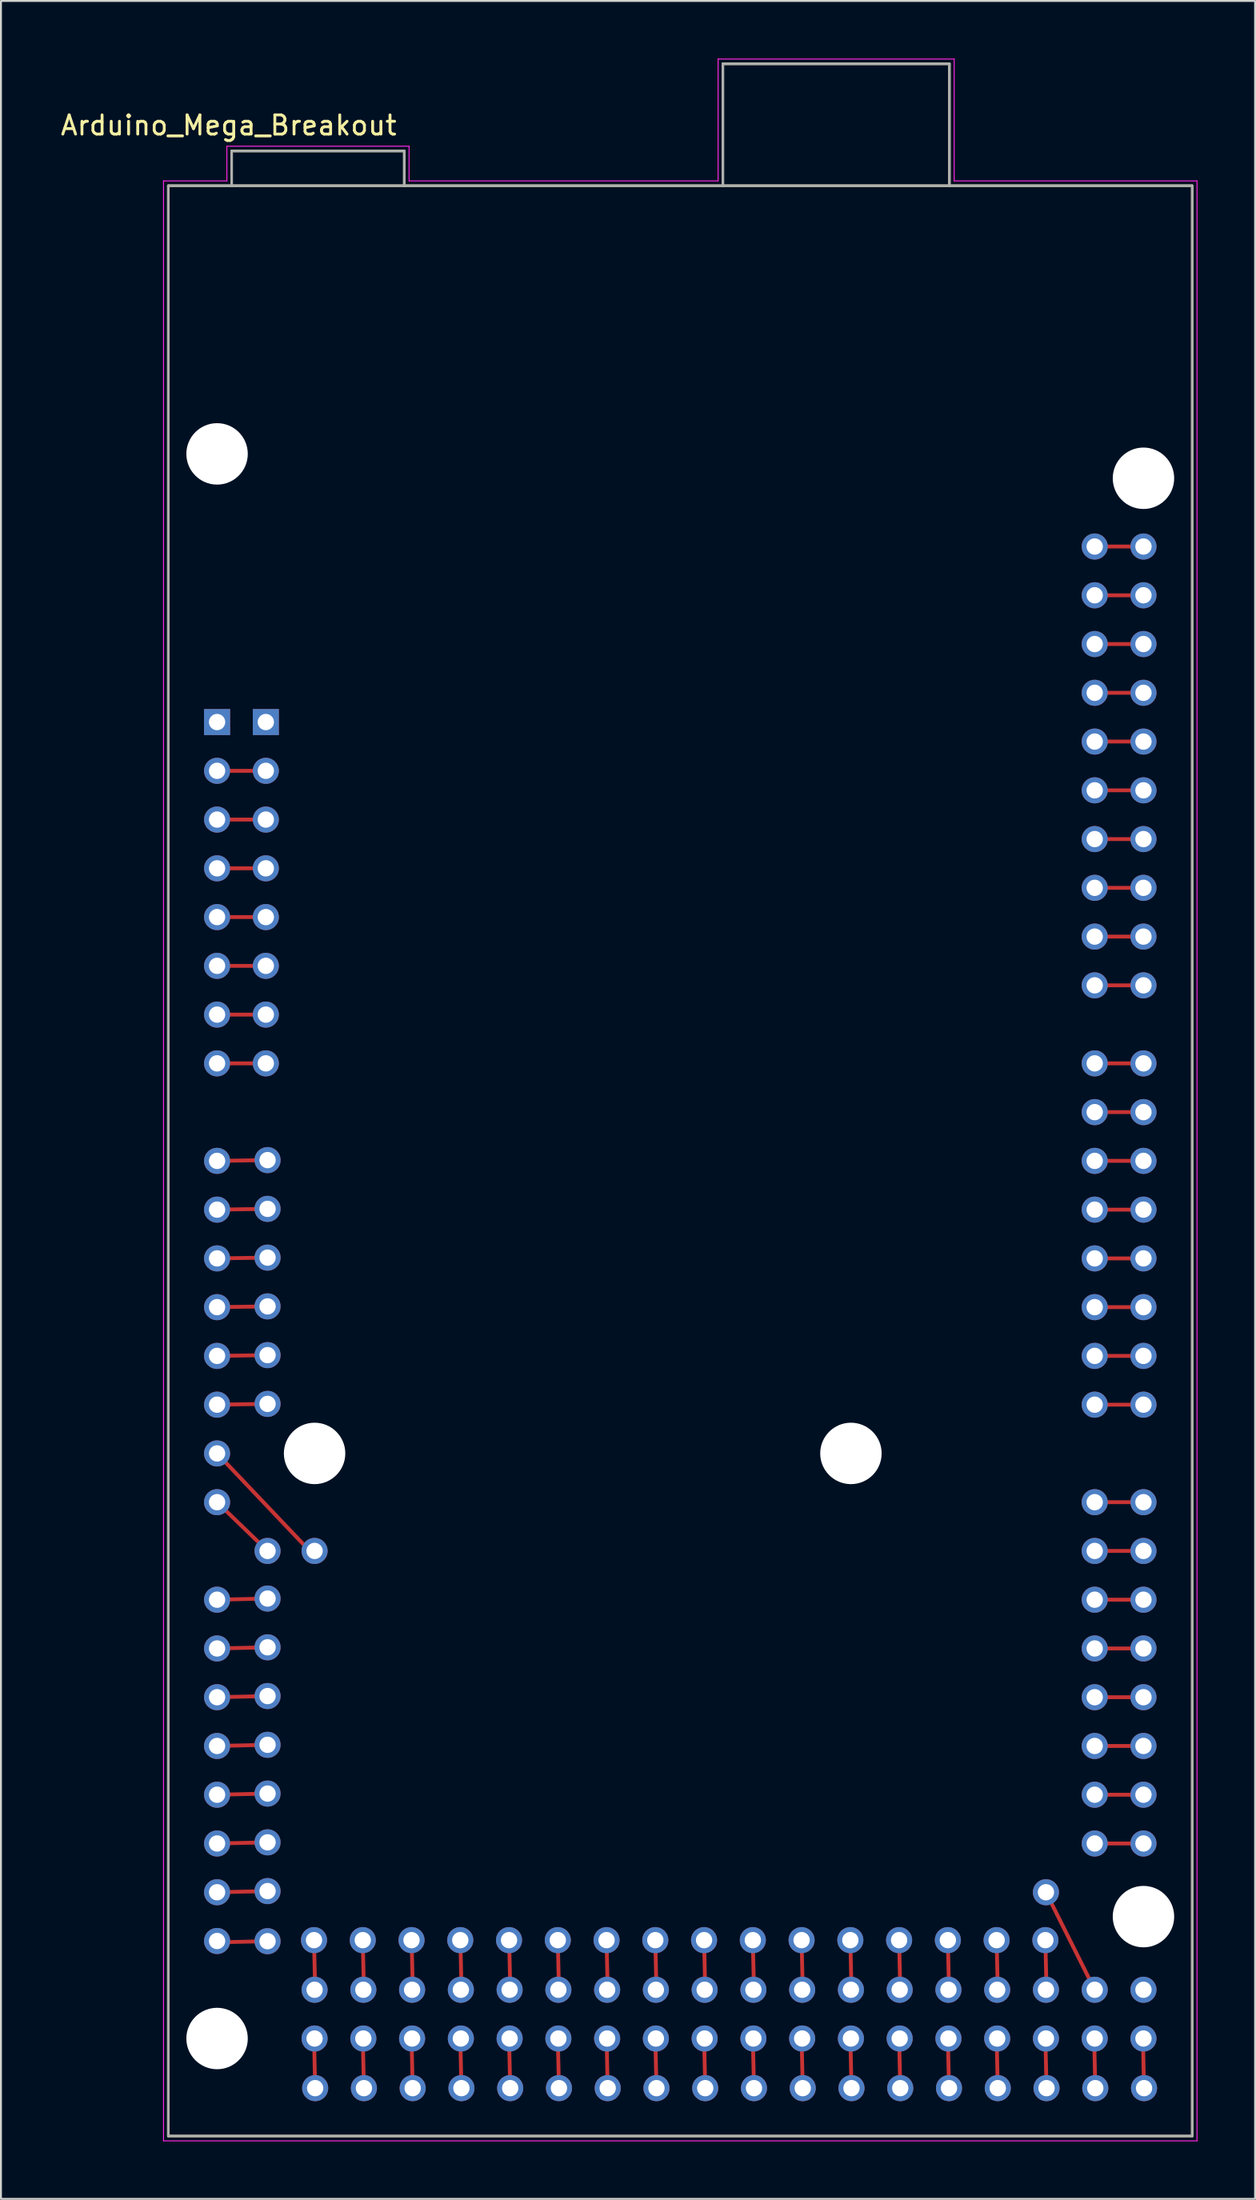
<source format=kicad_pcb>
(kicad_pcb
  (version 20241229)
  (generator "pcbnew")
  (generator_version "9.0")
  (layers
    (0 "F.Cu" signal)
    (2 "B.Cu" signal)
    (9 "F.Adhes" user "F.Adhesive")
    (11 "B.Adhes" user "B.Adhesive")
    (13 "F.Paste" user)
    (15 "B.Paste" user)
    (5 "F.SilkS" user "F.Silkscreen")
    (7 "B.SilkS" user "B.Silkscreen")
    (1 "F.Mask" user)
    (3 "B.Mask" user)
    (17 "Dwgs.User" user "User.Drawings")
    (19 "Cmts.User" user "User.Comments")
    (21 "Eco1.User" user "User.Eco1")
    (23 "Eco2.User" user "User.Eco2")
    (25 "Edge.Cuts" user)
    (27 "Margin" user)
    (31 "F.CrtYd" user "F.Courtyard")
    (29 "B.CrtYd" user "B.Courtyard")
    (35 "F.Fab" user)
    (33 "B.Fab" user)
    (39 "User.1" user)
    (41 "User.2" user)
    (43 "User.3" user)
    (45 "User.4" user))
  (footprint "Arduino_Mega_Breakout"
    (layer "F.Cu")
    (at 32.388 57.425)
    (property "Reference" "Arduino_Mega_Breakout" (at -23.525 -53.945 0) (layer "F.SilkS") (effects (font (size 1 1) (thickness 0.15))))
    (attr through_hole)
    (fp_line (start -24.13 -20.32) (end -21.59 -20.32) (stroke (width 0.2) (type default)) (layer "F.Cu"))
    (fp_line (start -24.13 -15.24) (end -24 -15.25) (stroke (width 0.2) (type default)) (layer "F.Cu"))
    (fp_line (start -24.13 -15.24) (end -23.75 -15) (stroke (width 0.2) (type default)) (layer "F.Cu"))
    (fp_line (start -24.13 15.24) (end -19.304 20.32) (stroke (width 0.2) (type default)) (layer "F.Cu"))
    (fp_line (start -24 -15.25) (end -24.13 -15.24) (stroke (width 0.2) (type default)) (layer "F.Cu"))
    (fp_line (start -21.59 -17.78) (end -24.13 -17.78) (stroke (width 0.2) (type default)) (layer "F.Cu"))
    (fp_line (start -21.59 -15.24) (end -24.13 -15.24) (stroke (width 0.2) (type default)) (layer "F.Cu"))
    (fp_line (start -21.59 -12.7) (end -24.13 -12.7) (stroke (width 0.2) (type default)) (layer "F.Cu"))
    (fp_line (start -21.59 -10.16) (end -24.13 -10.16) (stroke (width 0.2) (type default)) (layer "F.Cu"))
    (fp_line (start -21.59 -7.62) (end -24.13 -7.62) (stroke (width 0.2) (type default)) (layer "F.Cu"))
    (fp_line (start -21.59 -5.08) (end -24.13 -5.08) (stroke (width 0.2) (type default)) (layer "F.Cu"))
    (fp_line (start -21.5 -0.04) (end -24.13 0) (stroke (width 0.2) (type default)) (layer "F.Cu"))
    (fp_line (start -21.5 2.5) (end -24.13 2.54) (stroke (width 0.2) (type default)) (layer "F.Cu"))
    (fp_line (start -21.5 5.04) (end -24.13 5.08) (stroke (width 0.2) (type default)) (layer "F.Cu"))
    (fp_line (start -21.5 7.58) (end -24.13 7.62) (stroke (width 0.2) (type default)) (layer "F.Cu"))
    (fp_line (start -21.5 10.12) (end -24.13 10.16) (stroke (width 0.2) (type default)) (layer "F.Cu"))
    (fp_line (start -21.5 12.66) (end -24.13 12.7) (stroke (width 0.2) (type default)) (layer "F.Cu"))
    (fp_line (start -21.5 20.32) (end -24.13 17.78) (stroke (width 0.2) (type default)) (layer "F.Cu"))
    (fp_line (start -21.5 22.8) (end -24.13 22.86) (stroke (width 0.2) (type default)) (layer "F.Cu"))
    (fp_line (start -21.5 25.34) (end -24.13 25.4) (stroke (width 0.2) (type default)) (layer "F.Cu"))
    (fp_line (start -21.5 27.88) (end -24.13 27.94) (stroke (width 0.2) (type default)) (layer "F.Cu"))
    (fp_line (start -21.5 30.42) (end -24.13 30.48) (stroke (width 0.2) (type default)) (layer "F.Cu"))
    (fp_line (start -21.5 32.96) (end -24.13 33.02) (stroke (width 0.2) (type default)) (layer "F.Cu"))
    (fp_line (start -21.5 35.5) (end -24.13 35.56) (stroke (width 0.2) (type default)) (layer "F.Cu"))
    (fp_line (start -21.5 38.04) (end -24.13 38.1) (stroke (width 0.2) (type default)) (layer "F.Cu"))
    (fp_line (start -21.5 40.65) (end -24.13 40.71) (stroke (width 0.2) (type default)) (layer "F.Cu"))
    (fp_line (start -19.08 40.595) (end -19.02 43.225) (stroke (width 0.2) (type default)) (layer "F.Cu"))
    (fp_line (start -19.08 45.675) (end -19.02 48.305) (stroke (width 0.2) (type default)) (layer "F.Cu"))
    (fp_line (start -16.54 40.595) (end -16.48 43.225) (stroke (width 0.2) (type default)) (layer "F.Cu"))
    (fp_line (start -16.54 45.675) (end -16.48 48.305) (stroke (width 0.2) (type default)) (layer "F.Cu"))
    (fp_line (start -14 40.341) (end -13.94 42.971) (stroke (width 0.2) (type default)) (layer "F.Cu"))
    (fp_line (start -14 45.675) (end -13.94 48.305) (stroke (width 0.2) (type default)) (layer "F.Cu"))
    (fp_line (start -11.46 40.341) (end -11.4 42.971) (stroke (width 0.2) (type default)) (layer "F.Cu"))
    (fp_line (start -11.46 45.675) (end -11.4 48.305) (stroke (width 0.2) (type default)) (layer "F.Cu"))
    (fp_line (start -8.92 40.341) (end -8.86 42.971) (stroke (width 0.2) (type default)) (layer "F.Cu"))
    (fp_line (start -8.92 45.675) (end -8.86 48.305) (stroke (width 0.2) (type default)) (layer "F.Cu"))
    (fp_line (start -6.38 40.595) (end -6.32 43.225) (stroke (width 0.2) (type default)) (layer "F.Cu"))
    (fp_line (start -6.38 45.675) (end -6.32 48.305) (stroke (width 0.2) (type default)) (layer "F.Cu"))
    (fp_line (start -3.84 40.595) (end -3.78 43.225) (stroke (width 0.2) (type default)) (layer "F.Cu"))
    (fp_line (start -3.84 45.675) (end -3.78 48.305) (stroke (width 0.2) (type default)) (layer "F.Cu"))
    (fp_line (start -1.3 40.595) (end -1.24 43.225) (stroke (width 0.2) (type default)) (layer "F.Cu"))
    (fp_line (start -1.3 45.675) (end -1.24 48.305) (stroke (width 0.2) (type default)) (layer "F.Cu"))
    (fp_line (start 1.24 40.595) (end 1.3 43.225) (stroke (width 0.2) (type default)) (layer "F.Cu"))
    (fp_line (start 1.24 45.675) (end 1.3 48.305) (stroke (width 0.2) (type default)) (layer "F.Cu"))
    (fp_line (start 3.78 40.595) (end 3.84 43.225) (stroke (width 0.2) (type default)) (layer "F.Cu"))
    (fp_line (start 3.78 45.675) (end 3.84 48.305) (stroke (width 0.2) (type default)) (layer "F.Cu"))
    (fp_line (start 6.32 40.595) (end 6.38 43.225) (stroke (width 0.2) (type default)) (layer "F.Cu"))
    (fp_line (start 6.32 45.675) (end 6.38 48.305) (stroke (width 0.2) (type default)) (layer "F.Cu"))
    (fp_line (start 8.86 40.595) (end 8.92 43.225) (stroke (width 0.2) (type default)) (layer "F.Cu"))
    (fp_line (start 8.86 45.675) (end 8.92 48.305) (stroke (width 0.2) (type default)) (layer "F.Cu"))
    (fp_line (start 11.4 40.595) (end 11.46 43.225) (stroke (width 0.2) (type default)) (layer "F.Cu"))
    (fp_line (start 11.4 45.675) (end 11.46 48.305) (stroke (width 0.2) (type default)) (layer "F.Cu"))
    (fp_line (start 13.94 40.595) (end 14 43.225) (stroke (width 0.2) (type default)) (layer "F.Cu"))
    (fp_line (start 13.94 45.675) (end 14 48.305) (stroke (width 0.2) (type default)) (layer "F.Cu"))
    (fp_line (start 16.48 40.595) (end 16.54 43.225) (stroke (width 0.2) (type default)) (layer "F.Cu"))
    (fp_line (start 16.48 45.675) (end 16.54 48.305) (stroke (width 0.2) (type default)) (layer "F.Cu"))
    (fp_line (start 19.02 40.595) (end 19.08 43.225) (stroke (width 0.2) (type default)) (layer "F.Cu"))
    (fp_line (start 19.02 45.675) (end 19.08 48.305) (stroke (width 0.2) (type default)) (layer "F.Cu"))
    (fp_line (start 19.05 38.1) (end 21.336 42.672) (stroke (width 0.2) (type default)) (layer "F.Cu"))
    (fp_line (start 21.56 45.675) (end 21.62 48.305) (stroke (width 0.2) (type default)) (layer "F.Cu"))
    (fp_line (start 21.59 -32.004) (end 24.13 -32.004) (stroke (width 0.2) (type default)) (layer "F.Cu"))
    (fp_line (start 21.59 -29.464) (end 24.13 -29.464) (stroke (width 0.2) (type default)) (layer "F.Cu"))
    (fp_line (start 21.59 -26.924) (end 24.13 -26.924) (stroke (width 0.2) (type default)) (layer "F.Cu"))
    (fp_line (start 21.59 -24.384) (end 24.13 -24.384) (stroke (width 0.2) (type default)) (layer "F.Cu"))
    (fp_line (start 21.59 -21.844) (end 24.13 -21.844) (stroke (width 0.2) (type default)) (layer "F.Cu"))
    (fp_line (start 21.59 -19.304) (end 24.13 -19.304) (stroke (width 0.2) (type default)) (layer "F.Cu"))
    (fp_line (start 21.59 -16.764) (end 24.13 -16.764) (stroke (width 0.2) (type default)) (layer "F.Cu"))
    (fp_line (start 21.59 -14.224) (end 24.13 -14.224) (stroke (width 0.2) (type default)) (layer "F.Cu"))
    (fp_line (start 21.59 -11.684) (end 24.13 -11.684) (stroke (width 0.2) (type default)) (layer "F.Cu"))
    (fp_line (start 21.59 -9.144) (end 24.13 -9.144) (stroke (width 0.2) (type default)) (layer "F.Cu"))
    (fp_line (start 21.59 -5.08) (end 24.13 -5.08) (stroke (width 0.2) (type default)) (layer "F.Cu"))
    (fp_line (start 21.59 -2.54) (end 24.13 -2.54) (stroke (width 0.2) (type default)) (layer "F.Cu"))
    (fp_line (start 21.59 0) (end 24.13 0) (stroke (width 0.2) (type default)) (layer "F.Cu"))
    (fp_line (start 21.59 2.54) (end 24.13 2.54) (stroke (width 0.2) (type default)) (layer "F.Cu"))
    (fp_line (start 21.59 5.08) (end 24.13 5.08) (stroke (width 0.2) (type default)) (layer "F.Cu"))
    (fp_line (start 21.59 7.62) (end 24.13 7.62) (stroke (width 0.2) (type default)) (layer "F.Cu"))
    (fp_line (start 21.59 10.16) (end 24.13 10.16) (stroke (width 0.2) (type default)) (layer "F.Cu"))
    (fp_line (start 21.59 12.7) (end 24.13 12.7) (stroke (width 0.2) (type default)) (layer "F.Cu"))
    (fp_line (start 21.59 17.78) (end 24.13 17.78) (stroke (width 0.2) (type default)) (layer "F.Cu"))
    (fp_line (start 21.59 20.32) (end 24.13 20.32) (stroke (width 0.2) (type default)) (layer "F.Cu"))
    (fp_line (start 21.59 22.86) (end 24.13 22.86) (stroke (width 0.2) (type default)) (layer "F.Cu"))
    (fp_line (start 21.59 25.4) (end 24.13 25.4) (stroke (width 0.2) (type default)) (layer "F.Cu"))
    (fp_line (start 21.59 27.94) (end 24.13 27.94) (stroke (width 0.2) (type default)) (layer "F.Cu"))
    (fp_line (start 21.59 30.48) (end 24.13 30.48) (stroke (width 0.2) (type default)) (layer "F.Cu"))
    (fp_line (start 21.59 33.02) (end 24.13 33.02) (stroke (width 0.2) (type default)) (layer "F.Cu"))
    (fp_line (start 21.59 35.56) (end 24.13 35.56) (stroke (width 0.2) (type default)) (layer "F.Cu"))
    (fp_line (start 24.1 45.675) (end 24.16 48.305) (stroke (width 0.2) (type default)) (layer "F.Cu"))
    (fp_line (start -26.67 -50.8) (end -23.37 -50.8) (stroke (width 0.127) (type solid)) (layer "F.SilkS"))
    (fp_line (start -26.67 50.8) (end -26.67 -50.8) (stroke (width 0.127) (type solid)) (layer "F.SilkS"))
    (fp_line (start -23.37 -52.61) (end -14.378 -52.61) (stroke (width 0.127) (type solid)) (layer "F.SilkS"))
    (fp_line (start -23.37 -50.8) (end -23.37 -52.61) (stroke (width 0.127) (type solid)) (layer "F.SilkS"))
    (fp_line (start -23.37 -50.8) (end -14.378 -50.8) (stroke (width 0.127) (type solid)) (layer "F.SilkS"))
    (fp_line (start -14.378 -52.61) (end -14.378 -50.8) (stroke (width 0.127) (type solid)) (layer "F.SilkS"))
    (fp_line (start -14.378 -50.8) (end 2.22 -50.8) (stroke (width 0.127) (type solid)) (layer "F.SilkS"))
    (fp_line (start 2.22 -57.15) (end 2.22 -50.8) (stroke (width 0.127) (type solid)) (layer "F.SilkS"))
    (fp_line (start 2.22 -50.8) (end 14.02 -50.8) (stroke (width 0.127) (type solid)) (layer "F.SilkS"))
    (fp_line (start 14.02 -57.15) (end 2.22 -57.15) (stroke (width 0.127) (type solid)) (layer "F.SilkS"))
    (fp_line (start 14.02 -50.8) (end 14.02 -57.15) (stroke (width 0.127) (type solid)) (layer "F.SilkS"))
    (fp_line (start 14.02 -50.8) (end 26.67 -50.8) (stroke (width 0.127) (type solid)) (layer "F.SilkS"))
    (fp_line (start 26.67 -50.8) (end 26.67 50.8) (stroke (width 0.127) (type solid)) (layer "F.SilkS"))
    (fp_line (start 26.67 50.8) (end -26.67 50.8) (stroke (width 0.127) (type solid)) (layer "F.SilkS"))
    (fp_line (start -26.92 -51.05) (end -23.62 -51.05) (stroke (width 0.05) (type solid)) (layer "F.CrtYd"))
    (fp_line (start -26.92 51.05) (end -26.92 -51.05) (stroke (width 0.05) (type solid)) (layer "F.CrtYd"))
    (fp_line (start -23.62 -52.86) (end -14.128 -52.86) (stroke (width 0.05) (type solid)) (layer "F.CrtYd"))
    (fp_line (start -23.62 -51.05) (end -23.62 -52.86) (stroke (width 0.05) (type solid)) (layer "F.CrtYd"))
    (fp_line (start -14.128 -52.86) (end -14.128 -51.05) (stroke (width 0.05) (type solid)) (layer "F.CrtYd"))
    (fp_line (start -14.128 -51.05) (end 1.97 -51.05) (stroke (width 0.05) (type solid)) (layer "F.CrtYd"))
    (fp_line (start 1.97 -57.4) (end 14.27 -57.4) (stroke (width 0.05) (type solid)) (layer "F.CrtYd"))
    (fp_line (start 1.97 -51.05) (end 1.97 -57.4) (stroke (width 0.05) (type solid)) (layer "F.CrtYd"))
    (fp_line (start 14.27 -57.4) (end 14.27 -51.05) (stroke (width 0.05) (type solid)) (layer "F.CrtYd"))
    (fp_line (start 14.27 -51.05) (end 26.92 -51.05) (stroke (width 0.05) (type solid)) (layer "F.CrtYd"))
    (fp_line (start 26.92 -51.05) (end 26.92 51.05) (stroke (width 0.05) (type solid)) (layer "F.CrtYd"))
    (fp_line (start 26.92 51.05) (end -26.92 51.05) (stroke (width 0.05) (type solid)) (layer "F.CrtYd"))
    (fp_line (start -26.67 -50.8) (end -23.37 -50.8) (stroke (width 0.127) (type solid)) (layer "F.Fab"))
    (fp_line (start -26.67 50.8) (end -26.67 -50.8) (stroke (width 0.127) (type solid)) (layer "F.Fab"))
    (fp_line (start -23.37 -52.61) (end -14.378 -52.61) (stroke (width 0.127) (type solid)) (layer "F.Fab"))
    (fp_line (start -23.37 -50.8) (end -23.37 -52.61) (stroke (width 0.127) (type solid)) (layer "F.Fab"))
    (fp_line (start -23.37 -50.8) (end -14.378 -50.8) (stroke (width 0.127) (type solid)) (layer "F.Fab"))
    (fp_line (start -14.378 -52.61) (end -14.378 -50.8) (stroke (width 0.127) (type solid)) (layer "F.Fab"))
    (fp_line (start -14.378 -50.8) (end 2.22 -50.8) (stroke (width 0.127) (type solid)) (layer "F.Fab"))
    (fp_line (start 2.22 -57.15) (end 2.22 -50.8) (stroke (width 0.127) (type solid)) (layer "F.Fab"))
    (fp_line (start 2.22 -50.8) (end 14.02 -50.8) (stroke (width 0.127) (type solid)) (layer "F.Fab"))
    (fp_line (start 14.02 -57.15) (end 2.22 -57.15) (stroke (width 0.127) (type solid)) (layer "F.Fab"))
    (fp_line (start 14.02 -50.8) (end 14.02 -57.15) (stroke (width 0.127) (type solid)) (layer "F.Fab"))
    (fp_line (start 14.02 -50.8) (end 26.67 -50.8) (stroke (width 0.127) (type solid)) (layer "F.Fab"))
    (fp_line (start 26.67 -50.8) (end 26.67 50.8) (stroke (width 0.127) (type solid)) (layer "F.Fab"))
    (fp_line (start 26.67 50.8) (end -26.67 50.8) (stroke (width 0.127) (type solid)) (layer "F.Fab"))
    (pad "" np_thru_hole circle (at -24.13 -36.83) (size 3.2 3.2) (drill 3.2) (layers "*.Cu" "*.Mask"))
    (pad "" np_thru_hole circle (at -24.13 45.72) (size 3.2 3.2) (drill 3.2) (layers "*.Cu" "*.Mask"))
    (pad "" np_thru_hole circle (at -19.05 15.24) (size 3.2 3.2) (drill 3.2) (layers "*.Cu" "*.Mask"))
    (pad "" np_thru_hole circle (at 8.89 15.24) (size 3.2 3.2) (drill 3.2) (layers "*.Cu" "*.Mask"))
    (pad "" np_thru_hole circle (at 24.13 -35.56) (size 3.2 3.2) (drill 3.2) (layers "*.Cu" "*.Mask"))
    (pad "" np_thru_hole circle (at 24.13 39.37) (size 3.2 3.2) (drill 3.2) (layers "*.Cu" "*.Mask"))
    (pad "0" thru_hole circle (at 21.59 12.7) (size 1.358 1.358) (drill 0.85) (layers "*.Cu" "*.Mask"))
    (pad "0" thru_hole circle (at 24.13 12.7) (size 1.358 1.358) (drill 0.85) (layers "*.Cu" "*.Mask"))
    (pad "1" thru_hole circle (at 21.59 10.16) (size 1.358 1.358) (drill 0.85) (layers "*.Cu" "*.Mask"))
    (pad "1" thru_hole circle (at 24.13 10.16) (size 1.358 1.358) (drill 0.85) (layers "*.Cu" "*.Mask"))
    (pad "2" thru_hole circle (at 21.59 7.62) (size 1.358 1.358) (drill 0.85) (layers "*.Cu" "*.Mask"))
    (pad "2" thru_hole circle (at 24.13 7.62) (size 1.358 1.358) (drill 0.85) (layers "*.Cu" "*.Mask"))
    (pad "3" thru_hole circle (at 21.59 5.08) (size 1.358 1.358) (drill 0.85) (layers "*.Cu" "*.Mask"))
    (pad "3" thru_hole circle (at 24.13 5.08) (size 1.358 1.358) (drill 0.85) (layers "*.Cu" "*.Mask"))
    (pad "3V3" thru_hole circle (at -24.13 -15.24) (size 1.358 1.358) (drill 0.85) (layers "*.Cu" "*.Mask"))
    (pad "3V3" thru_hole circle (at -21.59 -15.24) (size 1.358 1.358) (drill 0.85) (layers "*.Cu" "*.Mask"))
    (pad "4" thru_hole circle (at 21.59 2.54) (size 1.358 1.358) (drill 0.85) (layers "*.Cu" "*.Mask"))
    (pad "4" thru_hole circle (at 24.13 2.54) (size 1.358 1.358) (drill 0.85) (layers "*.Cu" "*.Mask"))
    (pad "5" thru_hole circle (at 21.59 0) (size 1.358 1.358) (drill 0.85) (layers "*.Cu" "*.Mask"))
    (pad "5" thru_hole circle (at 24.13 0) (size 1.358 1.358) (drill 0.85) (layers "*.Cu" "*.Mask"))
    (pad "5V_1" thru_hole circle (at -24.13 -12.7) (size 1.358 1.358) (drill 0.85) (layers "*.Cu" "*.Mask"))
    (pad "5V_1" thru_hole circle (at -21.59 -12.7) (size 1.358 1.358) (drill 0.85) (layers "*.Cu" "*.Mask"))
    (pad "5V_2" thru_hole circle (at 24.13 43.18) (size 1.358 1.358) (drill 0.85) (layers "*.Cu" "*.Mask"))
    (pad "5V_3" thru_hole circle (at 24.13 45.72) (size 1.358 1.358) (drill 0.85) (layers "*.Cu" "*.Mask"))
    (pad "5V_3" thru_hole circle (at 24.16 48.305) (size 1.358 1.358) (drill 0.85) (layers "*.Cu" "*.Mask"))
    (pad "6" thru_hole circle (at 21.59 -2.54) (size 1.358 1.358) (drill 0.85) (layers "*.Cu" "*.Mask"))
    (pad "6" thru_hole circle (at 24.13 -2.54) (size 1.358 1.358) (drill 0.85) (layers "*.Cu" "*.Mask"))
    (pad "7" thru_hole circle (at 21.59 -5.08) (size 1.358 1.358) (drill 0.85) (layers "*.Cu" "*.Mask"))
    (pad "7" thru_hole circle (at 24.13 -5.08) (size 1.358 1.358) (drill 0.85) (layers "*.Cu" "*.Mask"))
    (pad "8" thru_hole circle (at 21.59 -9.144) (size 1.358 1.358) (drill 0.85) (layers "*.Cu" "*.Mask"))
    (pad "8" thru_hole circle (at 24.13 -9.144) (size 1.358 1.358) (drill 0.85) (layers "*.Cu" "*.Mask"))
    (pad "9" thru_hole circle (at 21.59 -11.684) (size 1.358 1.358) (drill 0.85) (layers "*.Cu" "*.Mask"))
    (pad "9" thru_hole circle (at 24.13 -11.684) (size 1.358 1.358) (drill 0.85) (layers "*.Cu" "*.Mask"))
    (pad "10" thru_hole circle (at 21.59 -14.224) (size 1.358 1.358) (drill 0.85) (layers "*.Cu" "*.Mask"))
    (pad "10" thru_hole circle (at 24.13 -14.224) (size 1.358 1.358) (drill 0.85) (layers "*.Cu" "*.Mask"))
    (pad "11" thru_hole circle (at 21.59 -16.764) (size 1.358 1.358) (drill 0.85) (layers "*.Cu" "*.Mask"))
    (pad "11" thru_hole circle (at 24.13 -16.764) (size 1.358 1.358) (drill 0.85) (layers "*.Cu" "*.Mask"))
    (pad "12" thru_hole circle (at 21.59 -19.304) (size 1.358 1.358) (drill 0.85) (layers "*.Cu" "*.Mask"))
    (pad "12" thru_hole circle (at 24.13 -19.304) (size 1.358 1.358) (drill 0.85) (layers "*.Cu" "*.Mask"))
    (pad "13" thru_hole circle (at 21.59 -21.844) (size 1.358 1.358) (drill 0.85) (layers "*.Cu" "*.Mask"))
    (pad "13" thru_hole circle (at 24.13 -21.844) (size 1.358 1.358) (drill 0.85) (layers "*.Cu" "*.Mask"))
    (pad "14" thru_hole circle (at 21.59 17.78) (size 1.358 1.358) (drill 0.85) (layers "*.Cu" "*.Mask"))
    (pad "14" thru_hole circle (at 24.13 17.78) (size 1.358 1.358) (drill 0.85) (layers "*.Cu" "*.Mask"))
    (pad "15" thru_hole circle (at 21.59 20.32) (size 1.358 1.358) (drill 0.85) (layers "*.Cu" "*.Mask"))
    (pad "15" thru_hole circle (at 24.13 20.32) (size 1.358 1.358) (drill 0.85) (layers "*.Cu" "*.Mask"))
    (pad "16" thru_hole circle (at 21.59 22.86) (size 1.358 1.358) (drill 0.85) (layers "*.Cu" "*.Mask"))
    (pad "16" thru_hole circle (at 24.13 22.86) (size 1.358 1.358) (drill 0.85) (layers "*.Cu" "*.Mask"))
    (pad "17" thru_hole circle (at 21.59 25.4) (size 1.358 1.358) (drill 0.85) (layers "*.Cu" "*.Mask"))
    (pad "17" thru_hole circle (at 24.13 25.4) (size 1.358 1.358) (drill 0.85) (layers "*.Cu" "*.Mask"))
    (pad "18" thru_hole circle (at 21.59 27.94) (size 1.358 1.358) (drill 0.85) (layers "*.Cu" "*.Mask"))
    (pad "18" thru_hole circle (at 24.13 27.94) (size 1.358 1.358) (drill 0.85) (layers "*.Cu" "*.Mask"))
    (pad "19" thru_hole circle (at 21.59 30.48) (size 1.358 1.358) (drill 0.85) (layers "*.Cu" "*.Mask"))
    (pad "19" thru_hole circle (at 24.13 30.48) (size 1.358 1.358) (drill 0.85) (layers "*.Cu" "*.Mask"))
    (pad "20" thru_hole circle (at 21.59 33.02) (size 1.358 1.358) (drill 0.85) (layers "*.Cu" "*.Mask"))
    (pad "20" thru_hole circle (at 24.13 33.02) (size 1.358 1.358) (drill 0.85) (layers "*.Cu" "*.Mask"))
    (pad "21" thru_hole circle (at 21.59 35.56) (size 1.358 1.358) (drill 0.85) (layers "*.Cu" "*.Mask"))
    (pad "21" thru_hole circle (at 24.13 35.56) (size 1.358 1.358) (drill 0.85) (layers "*.Cu" "*.Mask"))
    (pad "22" thru_hole circle (at 19.05 38.1) (size 1.358 1.358) (drill 0.85) (layers "*.Cu" "*.Mask"))
    (pad "22" thru_hole circle (at 21.59 43.18) (size 1.358 1.358) (drill 0.85) (layers "*.Cu" "*.Mask"))
    (pad "23" thru_hole circle (at 21.59 45.72) (size 1.358 1.358) (drill 0.85) (layers "*.Cu" "*.Mask"))
    (pad "23" thru_hole circle (at 21.62 48.305) (size 1.358 1.358) (drill 0.85) (layers "*.Cu" "*.Mask"))
    (pad "24" thru_hole circle (at 19.02 40.595) (size 1.358 1.358) (drill 0.85) (layers "*.Cu" "*.Mask"))
    (pad "24" thru_hole circle (at 19.05 43.18) (size 1.358 1.358) (drill 0.85) (layers "*.Cu" "*.Mask"))
    (pad "25" thru_hole circle (at 19.05 45.72) (size 1.358 1.358) (drill 0.85) (layers "*.Cu" "*.Mask"))
    (pad "25" thru_hole circle (at 19.08 48.305) (size 1.358 1.358) (drill 0.85) (layers "*.Cu" "*.Mask"))
    (pad "26" thru_hole circle (at 16.48 40.595) (size 1.358 1.358) (drill 0.85) (layers "*.Cu" "*.Mask"))
    (pad "26" thru_hole circle (at 16.51 43.18) (size 1.358 1.358) (drill 0.85) (layers "*.Cu" "*.Mask"))
    (pad "27" thru_hole circle (at 16.51 45.72) (size 1.358 1.358) (drill 0.85) (layers "*.Cu" "*.Mask"))
    (pad "27" thru_hole circle (at 16.54 48.305) (size 1.358 1.358) (drill 0.85) (layers "*.Cu" "*.Mask"))
    (pad "28" thru_hole circle (at 13.94 40.595) (size 1.358 1.358) (drill 0.85) (layers "*.Cu" "*.Mask"))
    (pad "28" thru_hole circle (at 13.97 43.18) (size 1.358 1.358) (drill 0.85) (layers "*.Cu" "*.Mask"))
    (pad "29" thru_hole circle (at 13.97 45.72) (size 1.358 1.358) (drill 0.85) (layers "*.Cu" "*.Mask"))
    (pad "29" thru_hole circle (at 14 48.305) (size 1.358 1.358) (drill 0.85) (layers "*.Cu" "*.Mask"))
    (pad "30" thru_hole circle (at 11.4 40.595) (size 1.358 1.358) (drill 0.85) (layers "*.Cu" "*.Mask"))
    (pad "30" thru_hole circle (at 11.43 43.18) (size 1.358 1.358) (drill 0.85) (layers "*.Cu" "*.Mask"))
    (pad "31" thru_hole circle (at 11.43 45.72) (size 1.358 1.358) (drill 0.85) (layers "*.Cu" "*.Mask"))
    (pad "31" thru_hole circle (at 11.46 48.305) (size 1.358 1.358) (drill 0.85) (layers "*.Cu" "*.Mask"))
    (pad "32" thru_hole circle (at 8.86 40.595) (size 1.358 1.358) (drill 0.85) (layers "*.Cu" "*.Mask"))
    (pad "32" thru_hole circle (at 8.89 43.18) (size 1.358 1.358) (drill 0.85) (layers "*.Cu" "*.Mask"))
    (pad "33" thru_hole circle (at 8.89 45.72) (size 1.358 1.358) (drill 0.85) (layers "*.Cu" "*.Mask"))
    (pad "33" thru_hole circle (at 8.92 48.305) (size 1.358 1.358) (drill 0.85) (layers "*.Cu" "*.Mask"))
    (pad "34" thru_hole circle (at 6.32 40.595) (size 1.358 1.358) (drill 0.85) (layers "*.Cu" "*.Mask"))
    (pad "34" thru_hole circle (at 6.35 43.18) (size 1.358 1.358) (drill 0.85) (layers "*.Cu" "*.Mask"))
    (pad "35" thru_hole circle (at 6.35 45.72) (size 1.358 1.358) (drill 0.85) (layers "*.Cu" "*.Mask"))
    (pad "35" thru_hole circle (at 6.38 48.305) (size 1.358 1.358) (drill 0.85) (layers "*.Cu" "*.Mask"))
    (pad "36" thru_hole circle (at 3.78 40.595) (size 1.358 1.358) (drill 0.85) (layers "*.Cu" "*.Mask"))
    (pad "36" thru_hole circle (at 3.81 43.18) (size 1.358 1.358) (drill 0.85) (layers "*.Cu" "*.Mask"))
    (pad "37" thru_hole circle (at 3.81 45.72) (size 1.358 1.358) (drill 0.85) (layers "*.Cu" "*.Mask"))
    (pad "37" thru_hole circle (at 3.84 48.305) (size 1.358 1.358) (drill 0.85) (layers "*.Cu" "*.Mask"))
    (pad "38" thru_hole circle (at 1.24 40.595) (size 1.358 1.358) (drill 0.85) (layers "*.Cu" "*.Mask"))
    (pad "38" thru_hole circle (at 1.27 43.18) (size 1.358 1.358) (drill 0.85) (layers "*.Cu" "*.Mask"))
    (pad "39" thru_hole circle (at 1.27 45.72) (size 1.358 1.358) (drill 0.85) (layers "*.Cu" "*.Mask"))
    (pad "39" thru_hole circle (at 1.3 48.305) (size 1.358 1.358) (drill 0.85) (layers "*.Cu" "*.Mask"))
    (pad "40" thru_hole circle (at -1.3 40.595) (size 1.358 1.358) (drill 0.85) (layers "*.Cu" "*.Mask"))
    (pad "40" thru_hole circle (at -1.27 43.18) (size 1.358 1.358) (drill 0.85) (layers "*.Cu" "*.Mask"))
    (pad "41" thru_hole circle (at -1.27 45.72) (size 1.358 1.358) (drill 0.85) (layers "*.Cu" "*.Mask"))
    (pad "41" thru_hole circle (at -1.24 48.305) (size 1.358 1.358) (drill 0.85) (layers "*.Cu" "*.Mask"))
    (pad "42" thru_hole circle (at -3.84 40.595) (size 1.358 1.358) (drill 0.85) (layers "*.Cu" "*.Mask"))
    (pad "42" thru_hole circle (at -3.81 43.18) (size 1.358 1.358) (drill 0.85) (layers "*.Cu" "*.Mask"))
    (pad "43" thru_hole circle (at -3.81 45.72) (size 1.358 1.358) (drill 0.85) (layers "*.Cu" "*.Mask"))
    (pad "43" thru_hole circle (at -3.78 48.305) (size 1.358 1.358) (drill 0.85) (layers "*.Cu" "*.Mask"))
    (pad "44" thru_hole circle (at -6.38 40.595) (size 1.358 1.358) (drill 0.85) (layers "*.Cu" "*.Mask"))
    (pad "44" thru_hole circle (at -6.35 43.18) (size 1.358 1.358) (drill 0.85) (layers "*.Cu" "*.Mask"))
    (pad "45" thru_hole circle (at -6.35 45.72) (size 1.358 1.358) (drill 0.85) (layers "*.Cu" "*.Mask"))
    (pad "45" thru_hole circle (at -6.32 48.305) (size 1.358 1.358) (drill 0.85) (layers "*.Cu" "*.Mask"))
    (pad "46" thru_hole circle (at -8.92 40.595) (size 1.358 1.358) (drill 0.85) (layers "*.Cu" "*.Mask"))
    (pad "46" thru_hole circle (at -8.89 43.18) (size 1.358 1.358) (drill 0.85) (layers "*.Cu" "*.Mask"))
    (pad "47" thru_hole circle (at -8.89 45.72) (size 1.358 1.358) (drill 0.85) (layers "*.Cu" "*.Mask"))
    (pad "47" thru_hole circle (at -8.86 48.305) (size 1.358 1.358) (drill 0.85) (layers "*.Cu" "*.Mask"))
    (pad "48" thru_hole circle (at -11.46 40.595) (size 1.358 1.358) (drill 0.85) (layers "*.Cu" "*.Mask"))
    (pad "48" thru_hole circle (at -11.43 43.18) (size 1.358 1.358) (drill 0.85) (layers "*.Cu" "*.Mask"))
    (pad "49" thru_hole circle (at -11.43 45.72) (size 1.358 1.358) (drill 0.85) (layers "*.Cu" "*.Mask"))
    (pad "49" thru_hole circle (at -11.4 48.305) (size 1.358 1.358) (drill 0.85) (layers "*.Cu" "*.Mask"))
    (pad "50" thru_hole circle (at -14 40.595) (size 1.358 1.358) (drill 0.85) (layers "*.Cu" "*.Mask"))
    (pad "50" thru_hole circle (at -13.97 43.18) (size 1.358 1.358) (drill 0.85) (layers "*.Cu" "*.Mask"))
    (pad "51" thru_hole circle (at -13.97 45.72) (size 1.358 1.358) (drill 0.85) (layers "*.Cu" "*.Mask"))
    (pad "51" thru_hole circle (at -13.94 48.305) (size 1.358 1.358) (drill 0.85) (layers "*.Cu" "*.Mask"))
    (pad "52" thru_hole circle (at -16.54 40.595) (size 1.358 1.358) (drill 0.85) (layers "*.Cu" "*.Mask"))
    (pad "52" thru_hole circle (at -16.51 43.18) (size 1.358 1.358) (drill 0.85) (layers "*.Cu" "*.Mask"))
    (pad "53" thru_hole circle (at -16.51 45.72) (size 1.358 1.358) (drill 0.85) (layers "*.Cu" "*.Mask"))
    (pad "53" thru_hole circle (at -16.48 48.305) (size 1.358 1.358) (drill 0.85) (layers "*.Cu" "*.Mask"))
    (pad "AD0" thru_hole circle (at -24.13 0) (size 1.358 1.358) (drill 0.85) (layers "*.Cu" "*.Mask"))
    (pad "AD0" thru_hole circle (at -21.5 -0.04) (size 1.358 1.358) (drill 0.85) (layers "*.Cu" "*.Mask"))
    (pad "AD1" thru_hole circle (at -24.13 2.54) (size 1.358 1.358) (drill 0.85) (layers "*.Cu" "*.Mask"))
    (pad "AD1" thru_hole circle (at -21.5 2.5) (size 1.358 1.358) (drill 0.85) (layers "*.Cu" "*.Mask"))
    (pad "AD2" thru_hole circle (at -24.13 5.08) (size 1.358 1.358) (drill 0.85) (layers "*.Cu" "*.Mask"))
    (pad "AD2" thru_hole circle (at -21.5 5.04) (size 1.358 1.358) (drill 0.85) (layers "*.Cu" "*.Mask"))
    (pad "AD3" thru_hole circle (at -24.13 7.62) (size 1.358 1.358) (drill 0.85) (layers "*.Cu" "*.Mask"))
    (pad "AD3" thru_hole circle (at -21.5 7.58) (size 1.358 1.358) (drill 0.85) (layers "*.Cu" "*.Mask"))
    (pad "AD4" thru_hole circle (at -24.13 10.16) (size 1.358 1.358) (drill 0.85) (layers "*.Cu" "*.Mask"))
    (pad "AD4" thru_hole circle (at -21.5 10.12) (size 1.358 1.358) (drill 0.85) (layers "*.Cu" "*.Mask"))
    (pad "AD5" thru_hole circle (at -24.13 12.7) (size 1.358 1.358) (drill 0.85) (layers "*.Cu" "*.Mask"))
    (pad "AD5" thru_hole circle (at -21.5 12.66) (size 1.358 1.358) (drill 0.85) (layers "*.Cu" "*.Mask"))
    (pad "AD6" thru_hole circle (at -24.13 15.24) (size 1.358 1.358) (drill 0.85) (layers "*.Cu" "*.Mask"))
    (pad "AD6" thru_hole circle (at -19.05 20.32) (size 1.358 1.358) (drill 0.85) (layers "*.Cu" "*.Mask"))
    (pad "AD7" thru_hole circle (at -24.13 17.78) (size 1.358 1.358) (drill 0.85) (layers "*.Cu" "*.Mask"))
    (pad "AD7" thru_hole circle (at -21.5 20.32) (size 1.358 1.358) (drill 0.85) (layers "*.Cu" "*.Mask"))
    (pad "AD8" thru_hole circle (at -24.13 22.86) (size 1.358 1.358) (drill 0.85) (layers "*.Cu" "*.Mask"))
    (pad "AD8" thru_hole circle (at -21.5 22.8) (size 1.358 1.358) (drill 0.85) (layers "*.Cu" "*.Mask"))
    (pad "AD9" thru_hole circle (at -24.13 25.4) (size 1.358 1.358) (drill 0.85) (layers "*.Cu" "*.Mask"))
    (pad "AD9" thru_hole circle (at -21.5 25.34) (size 1.358 1.358) (drill 0.85) (layers "*.Cu" "*.Mask"))
    (pad "AD10" thru_hole circle (at -24.13 27.94) (size 1.358 1.358) (drill 0.85) (layers "*.Cu" "*.Mask"))
    (pad "AD10" thru_hole circle (at -21.5 27.88) (size 1.358 1.358) (drill 0.85) (layers "*.Cu" "*.Mask"))
    (pad "AD11" thru_hole circle (at -24.13 30.48) (size 1.358 1.358) (drill 0.85) (layers "*.Cu" "*.Mask"))
    (pad "AD11" thru_hole circle (at -21.5 30.42) (size 1.358 1.358) (drill 0.85) (layers "*.Cu" "*.Mask"))
    (pad "AD12" thru_hole circle (at -24.13 33.02) (size 1.358 1.358) (drill 0.85) (layers "*.Cu" "*.Mask"))
    (pad "AD12" thru_hole circle (at -21.5 32.96) (size 1.358 1.358) (drill 0.85) (layers "*.Cu" "*.Mask"))
    (pad "AD13" thru_hole circle (at -24.13 35.56) (size 1.358 1.358) (drill 0.85) (layers "*.Cu" "*.Mask"))
    (pad "AD13" thru_hole circle (at -21.5 35.5) (size 1.358 1.358) (drill 0.85) (layers "*.Cu" "*.Mask"))
    (pad "AD14" thru_hole circle (at -24.13 38.1) (size 1.358 1.358) (drill 0.85) (layers "*.Cu" "*.Mask"))
    (pad "AD14" thru_hole circle (at -21.5 38.04) (size 1.358 1.358) (drill 0.85) (layers "*.Cu" "*.Mask"))
    (pad "AD15" thru_hole circle (at -24.13 40.64) (size 1.358 1.358) (drill 0.85) (layers "*.Cu" "*.Mask"))
    (pad "AD15" thru_hole circle (at -21.5 40.65) (size 1.358 1.358) (drill 0.85) (layers "*.Cu" "*.Mask"))
    (pad "AREF" thru_hole circle (at 21.59 -26.924) (size 1.358 1.358) (drill 0.85) (layers "*.Cu" "*.Mask"))
    (pad "AREF" thru_hole circle (at 24.13 -26.924) (size 1.358 1.358) (drill 0.85) (layers "*.Cu" "*.Mask"))
    (pad "GND1" thru_hole circle (at -24.13 -10.16) (size 1.358 1.358) (drill 0.85) (layers "*.Cu" "*.Mask"))
    (pad "GND1" thru_hole circle (at -21.59 -10.16) (size 1.358 1.358) (drill 0.85) (layers "*.Cu" "*.Mask"))
    (pad "GND2" thru_hole circle (at -24.13 -7.62) (size 1.358 1.358) (drill 0.85) (layers "*.Cu" "*.Mask"))
    (pad "GND2" thru_hole circle (at -21.59 -7.62) (size 1.358 1.358) (drill 0.85) (layers "*.Cu" "*.Mask"))
    (pad "GND3" thru_hole circle (at 21.59 -24.384) (size 1.358 1.358) (drill 0.85) (layers "*.Cu" "*.Mask"))
    (pad "GND3" thru_hole circle (at 24.13 -24.384) (size 1.358 1.358) (drill 0.85) (layers "*.Cu" "*.Mask"))
    (pad "GND4" thru_hole circle (at -19.08 40.595) (size 1.358 1.358) (drill 0.85) (layers "*.Cu" "*.Mask"))
    (pad "GND4" thru_hole circle (at -19.05 43.18) (size 1.358 1.358) (drill 0.85) (layers "*.Cu" "*.Mask"))
    (pad "GND5" thru_hole circle (at -19.05 45.72) (size 1.358 1.358) (drill 0.85) (layers "*.Cu" "*.Mask"))
    (pad "GND5" thru_hole circle (at -19.02 48.305) (size 1.358 1.358) (drill 0.85) (layers "*.Cu" "*.Mask"))
    (pad "IOREF" thru_hole circle (at -24.13 -20.32) (size 1.358 1.358) (drill 0.85) (layers "*.Cu" "*.Mask"))
    (pad "IOREF" thru_hole circle (at -21.59 -20.32) (size 1.358 1.358) (drill 0.85) (layers "*.Cu" "*.Mask"))
    (pad "NC" thru_hole rect (at -24.13 -22.86) (size 1.358 1.358) (drill 0.85) (layers "*.Cu" "*.Mask"))
    (pad "NC" thru_hole rect (at -21.59 -22.86) (size 1.358 1.358) (drill 0.85) (layers "*.Cu" "*.Mask"))
    (pad "RESET" thru_hole circle (at -24.13 -17.78) (size 1.358 1.358) (drill 0.85) (layers "*.Cu" "*.Mask"))
    (pad "RESET" thru_hole circle (at -21.59 -17.78) (size 1.358 1.358) (drill 0.85) (layers "*.Cu" "*.Mask"))
    (pad "SCL" thru_hole circle (at 21.59 -32.004) (size 1.358 1.358) (drill 0.85) (layers "*.Cu" "*.Mask"))
    (pad "SCL" thru_hole circle (at 24.13 -32.004) (size 1.358 1.358) (drill 0.85) (layers "*.Cu" "*.Mask"))
    (pad "SDA" thru_hole circle (at 21.59 -29.464) (size 1.358 1.358) (drill 0.85) (layers "*.Cu" "*.Mask"))
    (pad "SDA" thru_hole circle (at 24.13 -29.464) (size 1.358 1.358) (drill 0.85) (layers "*.Cu" "*.Mask"))
    (pad "VIN" thru_hole circle (at -24.13 -5.08) (size 1.358 1.358) (drill 0.85) (layers "*.Cu" "*.Mask"))
    (pad "VIN" thru_hole circle (at -21.59 -5.08) (size 1.358 1.358) (drill 0.85) (layers "*.Cu" "*.Mask")))
  (gr_rect
    (start -3 -3)
    (end 62.333 111.5)
    (stroke (width 0.1) (type default))
    (fill no)
    (layer "Edge.Cuts")))
</source>
